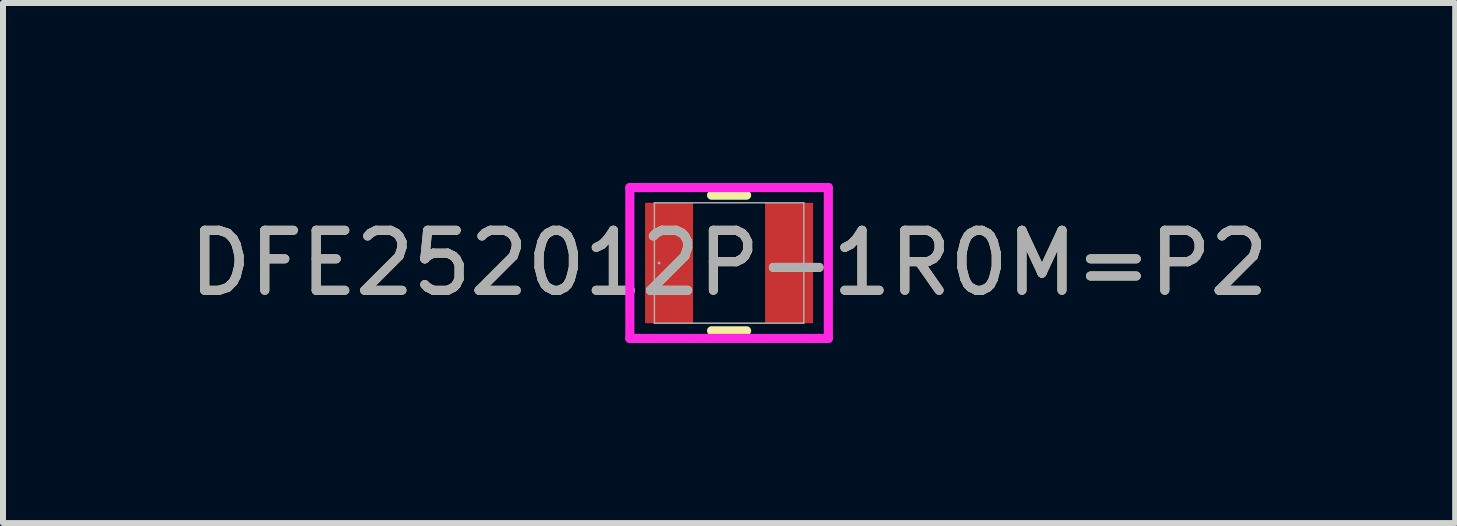
<source format=kicad_pcb>
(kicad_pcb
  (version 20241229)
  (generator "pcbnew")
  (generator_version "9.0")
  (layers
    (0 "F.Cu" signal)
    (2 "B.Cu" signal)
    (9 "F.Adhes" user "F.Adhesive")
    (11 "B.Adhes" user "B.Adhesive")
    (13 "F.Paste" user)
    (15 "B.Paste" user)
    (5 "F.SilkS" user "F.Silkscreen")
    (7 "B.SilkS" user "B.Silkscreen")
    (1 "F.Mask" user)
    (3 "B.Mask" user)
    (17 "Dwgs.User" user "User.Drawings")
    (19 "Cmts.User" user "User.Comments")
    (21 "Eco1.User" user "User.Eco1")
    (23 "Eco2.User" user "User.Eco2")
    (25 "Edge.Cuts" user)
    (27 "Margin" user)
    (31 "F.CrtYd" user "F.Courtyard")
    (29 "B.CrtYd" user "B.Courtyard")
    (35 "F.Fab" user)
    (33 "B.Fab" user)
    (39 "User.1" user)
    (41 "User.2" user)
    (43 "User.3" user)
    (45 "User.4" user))
  (footprint "DFE252012P-1R0M=P2"
    (layer "F.Cu")
    (at 9.101 1.333)
    (property "Reference" "DFE252012P-1R0M=P2" (at 0 0 0) (unlocked yes) (layer "F.SilkS") (effects (font (size 1 1) (thickness 0.15))))
    (attr smd)
    (fp_line (start -0.292 1.13) (end 0.292 1.13) (stroke (width 0.152) (type solid)) (layer "F.SilkS"))
    (fp_line (start 0.292 -1.13) (end -0.292 -1.13) (stroke (width 0.152) (type solid)) (layer "F.SilkS"))
    (fp_line (start -1.654 -1.257) (end -1.499 -1.257) (stroke (width 0.152) (type solid)) (layer "F.CrtYd"))
    (fp_line (start -1.654 1.257) (end -1.654 -1.257) (stroke (width 0.152) (type solid)) (layer "F.CrtYd"))
    (fp_line (start -1.499 -1.257) (end -1.499 -1.257) (stroke (width 0.152) (type solid)) (layer "F.CrtYd"))
    (fp_line (start -1.499 -1.257) (end 1.499 -1.257) (stroke (width 0.152) (type solid)) (layer "F.CrtYd"))
    (fp_line (start -1.499 1.257) (end -1.654 1.257) (stroke (width 0.152) (type solid)) (layer "F.CrtYd"))
    (fp_line (start -1.499 1.257) (end -1.499 1.257) (stroke (width 0.152) (type solid)) (layer "F.CrtYd"))
    (fp_line (start 1.499 -1.257) (end 1.499 -1.257) (stroke (width 0.152) (type solid)) (layer "F.CrtYd"))
    (fp_line (start 1.499 -1.257) (end 1.654 -1.257) (stroke (width 0.152) (type solid)) (layer "F.CrtYd"))
    (fp_line (start 1.499 1.257) (end -1.499 1.257) (stroke (width 0.152) (type solid)) (layer "F.CrtYd"))
    (fp_line (start 1.499 1.257) (end 1.499 1.257) (stroke (width 0.152) (type solid)) (layer "F.CrtYd"))
    (fp_line (start 1.654 -1.257) (end 1.654 1.257) (stroke (width 0.152) (type solid)) (layer "F.CrtYd"))
    (fp_line (start 1.654 1.257) (end 1.499 1.257) (stroke (width 0.152) (type solid)) (layer "F.CrtYd"))
    (fp_line (start -1.245 -1.003) (end -1.245 1.003) (stroke (width 0.025) (type solid)) (layer "F.Fab"))
    (fp_line (start -1.245 1.003) (end 1.245 1.003) (stroke (width 0.025) (type solid)) (layer "F.Fab"))
    (fp_line (start 1.245 -1.003) (end -1.245 -1.003) (stroke (width 0.025) (type solid)) (layer "F.Fab"))
    (fp_line (start 1.245 1.003) (end 1.245 -1.003) (stroke (width 0.025) (type solid)) (layer "F.Fab"))
    (fp_circle (center -1.168 0) (end -1.168 0) (stroke (width 0.025) (type solid)) (fill no) (layer "F.Fab"))
    (fp_text user "${REFERENCE}" (at 0 0 0) (unlocked yes) (layer "F.Fab") (effects (font (size 1 1) (thickness 0.15))))
    (pad "1" smd rect (at -1 0) (size 0.8 2.007) (layers "F.Cu" "F.Mask" "F.Paste"))
    (pad "2" smd rect (at 1 0) (size 0.8 2.007) (layers "F.Cu" "F.Mask" "F.Paste"))
    (zone (net_name "") (layer "F.Cu") (hatch full 0.508) (connect_pads) (min_thickness 0.254) (filled_areas_thickness no) (keepout (tracks not_allowed) (vias not_allowed) (pads allowed) (copperpour not_allowed) (footprints allowed)) (placement (enabled no)) (fill) (polygon (pts (xy 8.552 0.381) (xy 9.65 0.381) (xy 9.65 2.286) (xy 8.552 2.286)))))
  (gr_rect
    (start -3 -3)
    (end 21.202 5.667)
    (stroke (width 0.1) (type default))
    (fill no)
    (layer "Edge.Cuts")))
</source>
